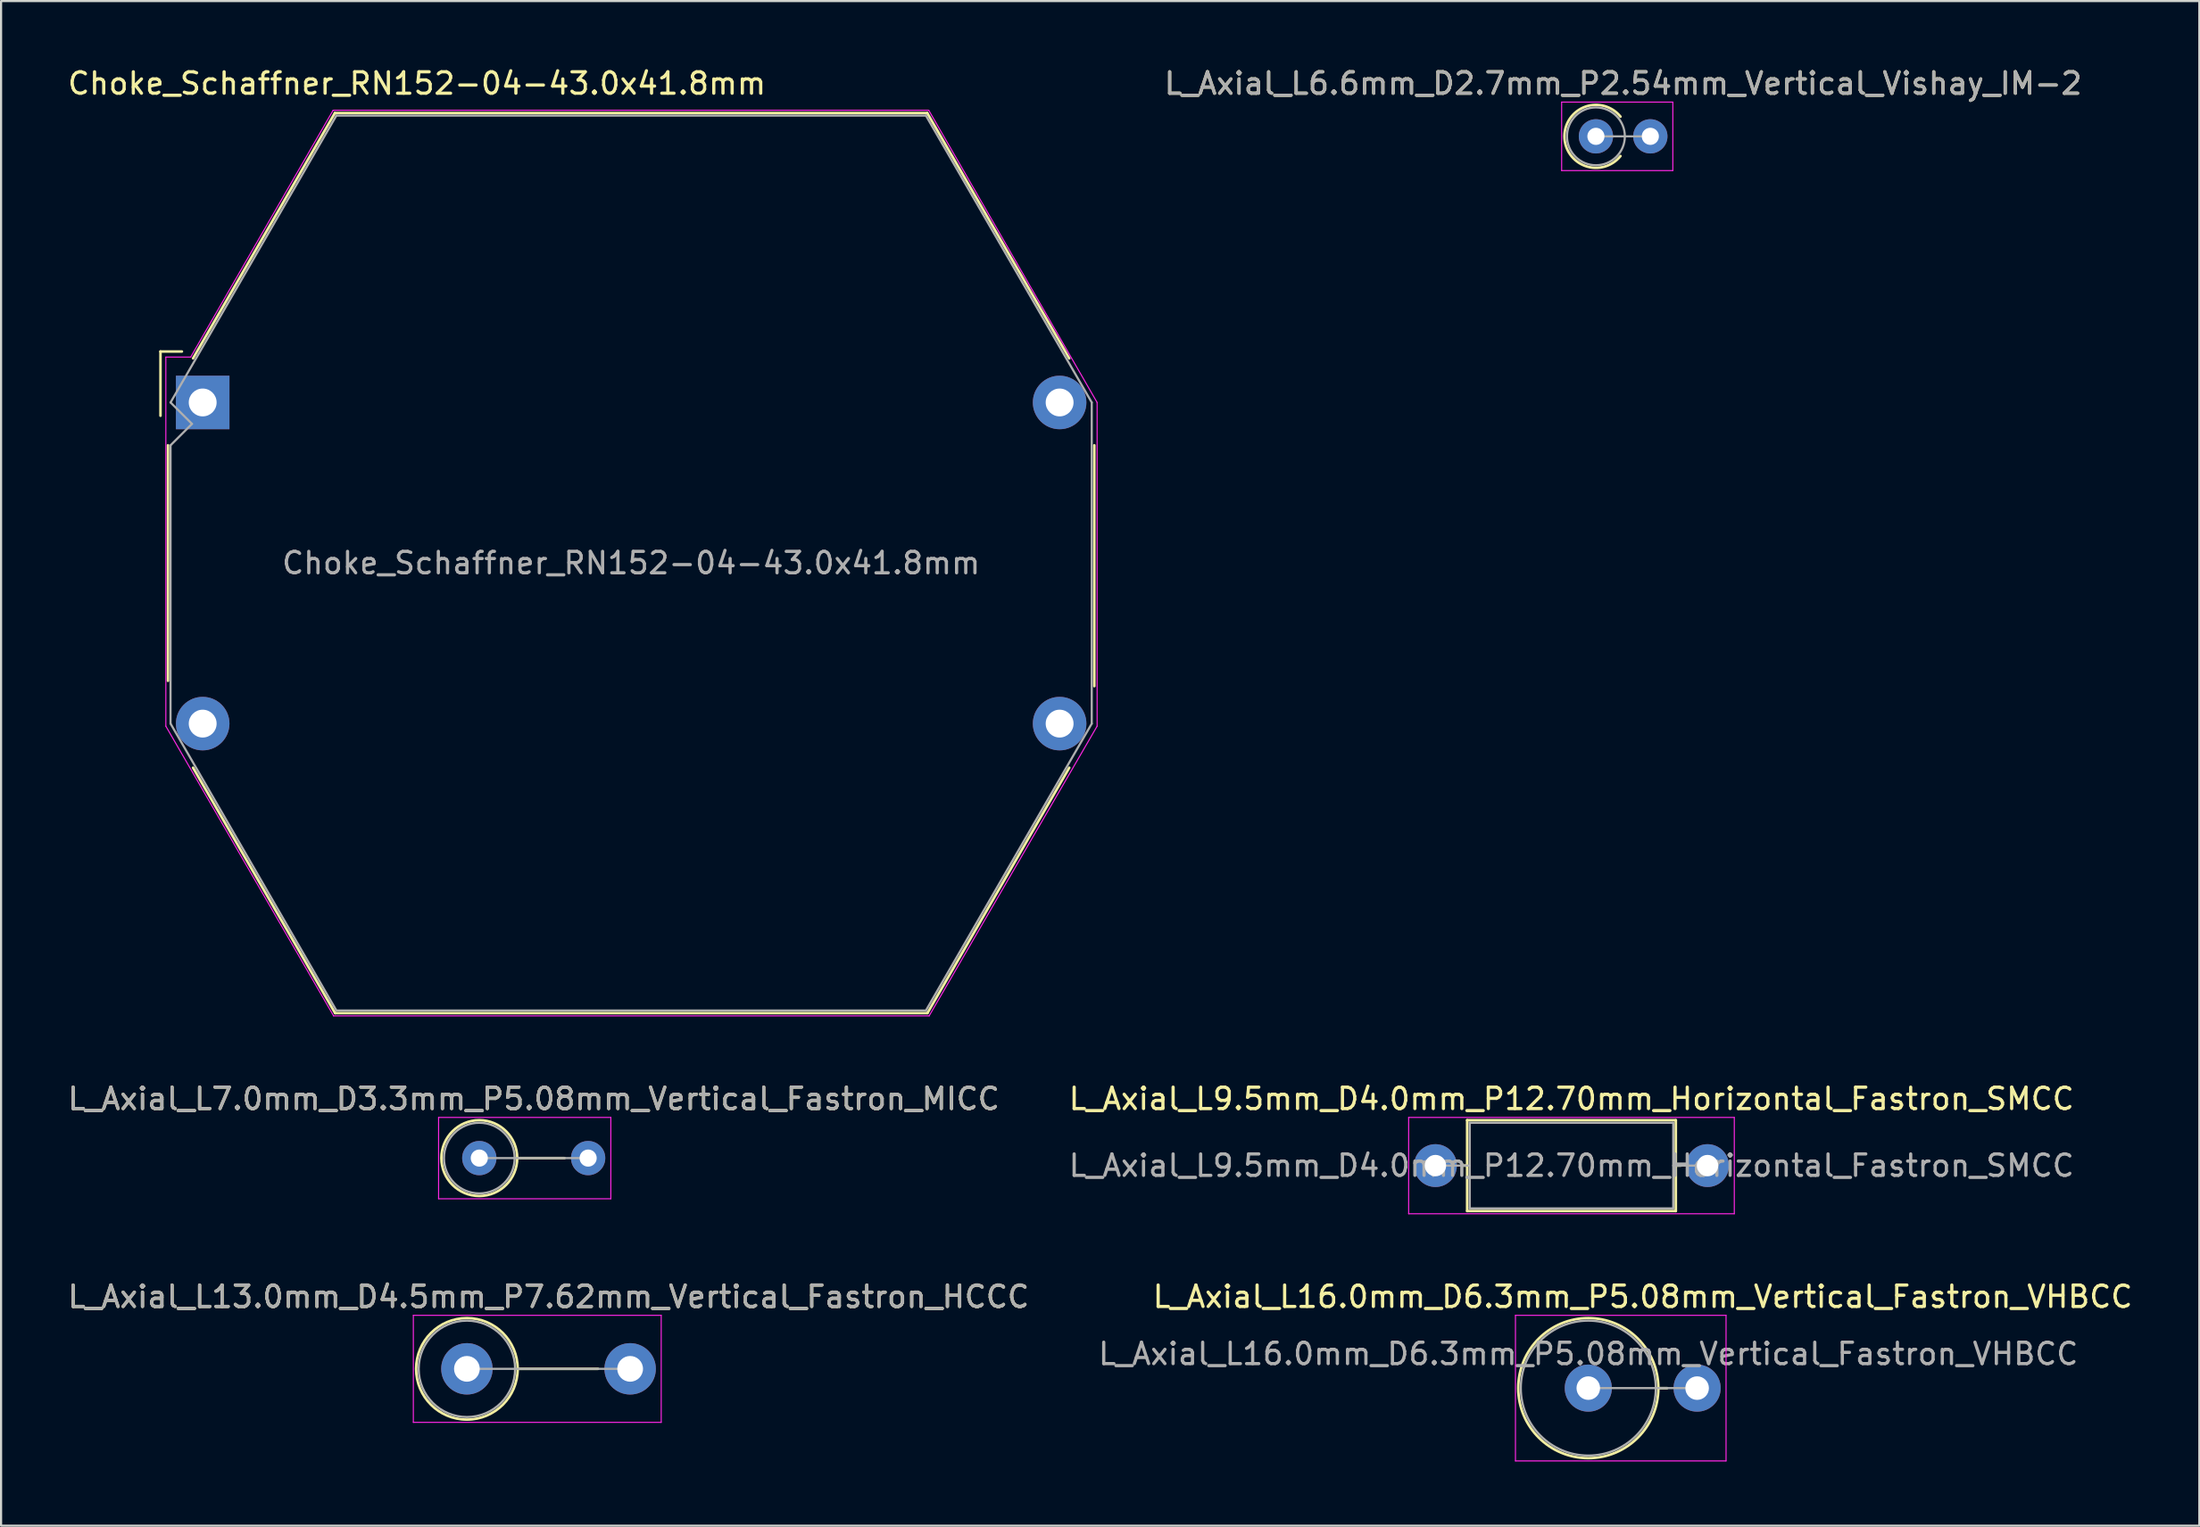
<source format=kicad_pcb>
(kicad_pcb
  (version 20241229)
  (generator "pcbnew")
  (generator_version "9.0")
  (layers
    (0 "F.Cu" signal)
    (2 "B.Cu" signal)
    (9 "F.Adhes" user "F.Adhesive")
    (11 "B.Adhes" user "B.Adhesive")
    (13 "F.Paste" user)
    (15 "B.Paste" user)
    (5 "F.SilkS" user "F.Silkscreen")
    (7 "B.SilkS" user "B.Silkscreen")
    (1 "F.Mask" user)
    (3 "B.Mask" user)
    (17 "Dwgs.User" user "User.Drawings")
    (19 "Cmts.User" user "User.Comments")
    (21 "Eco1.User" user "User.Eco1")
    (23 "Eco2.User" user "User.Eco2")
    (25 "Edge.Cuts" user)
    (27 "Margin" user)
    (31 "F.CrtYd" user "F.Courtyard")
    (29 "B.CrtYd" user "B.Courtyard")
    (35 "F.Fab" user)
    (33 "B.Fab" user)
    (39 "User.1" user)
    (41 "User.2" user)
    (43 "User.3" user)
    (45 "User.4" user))
  (footprint "L_Axial_L13.0mm_D4.5mm_P7.62mm_Vertical_Fastron_HCCC"
    (layer "F.Cu")
    (at 18.744 60.885)
    (property "Reference" "L_Axial_L13.0mm_D4.5mm_P7.62mm_Vertical_Fastron_HCCC" (at 3.81 -3.37 0) (layer "F.SilkS") (effects (font (size 1 1) (thickness 0.15))))
    (attr through_hole)
    (fp_line (start 2.37 0) (end 6.12 0) (stroke (width 0.12) (type solid)) (layer "F.SilkS"))
    (fp_circle (center 0 0) (end 2.37 0) (stroke (width 0.12) (type solid)) (fill no) (layer "F.SilkS"))
    (fp_line (start -2.5 -2.5) (end -2.5 2.5) (stroke (width 0.05) (type solid)) (layer "F.CrtYd"))
    (fp_line (start -2.5 2.5) (end 9.07 2.5) (stroke (width 0.05) (type solid)) (layer "F.CrtYd"))
    (fp_line (start 9.07 -2.5) (end -2.5 -2.5) (stroke (width 0.05) (type solid)) (layer "F.CrtYd"))
    (fp_line (start 9.07 2.5) (end 9.07 -2.5) (stroke (width 0.05) (type solid)) (layer "F.CrtYd"))
    (fp_line (start 0 0) (end 7.62 0) (stroke (width 0.1) (type solid)) (layer "F.Fab"))
    (fp_circle (center 0 0) (end 2.25 0) (stroke (width 0.1) (type solid)) (fill no) (layer "F.Fab"))
    (fp_text user "${REFERENCE}" (at 3.81 -3.37 0) (layer "F.Fab") (effects (font (size 1 1) (thickness 0.15))))
    (pad "1" thru_hole circle (at 0 0) (size 2.4 2.4) (drill 1.2) (layers "*.Cu" "*.Mask"))
    (pad "2" thru_hole oval (at 7.62 0) (size 2.4 2.4) (drill 1.2) (layers "*.Cu" "*.Mask")))
  (footprint "Choke_Schaffner_RN152-04-43.0x41.8mm"
    (layer "F.Cu")
    (at 6.411 15.748)
    (property "Reference" "Choke_Schaffner_RN152-04-43.0x41.8mm" (at 10 -14.9 0) (layer "F.SilkS") (effects (font (size 1 1) (thickness 0.15))))
    (attr through_hole)
    (fp_line (start -1.97 -2.38) (end -1.97 0.62) (stroke (width 0.12) (type solid)) (layer "F.SilkS"))
    (fp_line (start -1.97 -2.38) (end -0.97 -2.38) (stroke (width 0.12) (type solid)) (layer "F.SilkS"))
    (fp_line (start -1.62 13) (end -1.62 2) (stroke (width 0.12) (type solid)) (layer "F.SilkS"))
    (fp_line (start -0.45 -2.06) (end 6.17 -13.52) (stroke (width 0.12) (type solid)) (layer "F.SilkS"))
    (fp_line (start 6.17 -13.52) (end 33.82 -13.52) (stroke (width 0.12) (type solid)) (layer "F.SilkS"))
    (fp_line (start 6.18 28.52) (end -0.45 17.06) (stroke (width 0.12) (type solid)) (layer "F.SilkS"))
    (fp_line (start 33.82 -13.52) (end 40.45 -2.06) (stroke (width 0.12) (type solid)) (layer "F.SilkS"))
    (fp_line (start 33.83 28.52) (end 6.18 28.52) (stroke (width 0.12) (type solid)) (layer "F.SilkS"))
    (fp_line (start 40.45 17.06) (end 33.83 28.52) (stroke (width 0.12) (type solid)) (layer "F.SilkS"))
    (fp_line (start 41.62 2) (end 41.62 13.25) (stroke (width 0.12) (type solid)) (layer "F.SilkS"))
    (fp_line (start -1.72 -2.12) (end -0.56 -2.12) (stroke (width 0.05) (type solid)) (layer "F.CrtYd"))
    (fp_line (start -1.72 15.12) (end -1.72 -2.12) (stroke (width 0.05) (type solid)) (layer "F.CrtYd"))
    (fp_line (start -0.56 -2.12) (end 6.09 -13.65) (stroke (width 0.05) (type solid)) (layer "F.CrtYd"))
    (fp_line (start 6.09 -13.65) (end 33.89 -13.65) (stroke (width 0.05) (type solid)) (layer "F.CrtYd"))
    (fp_line (start 6.11 28.65) (end -1.72 15.12) (stroke (width 0.05) (type solid)) (layer "F.CrtYd"))
    (fp_line (start 33.89 -13.65) (end 41.75 0) (stroke (width 0.05) (type solid)) (layer "F.CrtYd"))
    (fp_line (start 33.91 28.65) (end 6.11 28.65) (stroke (width 0.05) (type solid)) (layer "F.CrtYd"))
    (fp_line (start 41.75 0) (end 41.75 15.12) (stroke (width 0.05) (type solid)) (layer "F.CrtYd"))
    (fp_line (start 41.75 15.12) (end 33.91 28.65) (stroke (width 0.05) (type solid)) (layer "F.CrtYd"))
    (fp_line (start -1.5 0) (end 6.24 -13.4) (stroke (width 0.1) (type solid)) (layer "F.Fab"))
    (fp_line (start -1.5 2) (end -0.5 1) (stroke (width 0.1) (type solid)) (layer "F.Fab"))
    (fp_line (start -1.5 15) (end -1.5 2) (stroke (width 0.1) (type solid)) (layer "F.Fab"))
    (fp_line (start -0.5 1) (end -1.5 0) (stroke (width 0.1) (type solid)) (layer "F.Fab"))
    (fp_line (start 6.24 -13.4) (end 33.76 -13.4) (stroke (width 0.1) (type solid)) (layer "F.Fab"))
    (fp_line (start 6.24 28.4) (end -1.5 15) (stroke (width 0.1) (type solid)) (layer "F.Fab"))
    (fp_line (start 33.76 -13.4) (end 41.5 0) (stroke (width 0.1) (type solid)) (layer "F.Fab"))
    (fp_line (start 33.76 28.4) (end 6.24 28.4) (stroke (width 0.1) (type solid)) (layer "F.Fab"))
    (fp_line (start 41.5 0) (end 41.5 15) (stroke (width 0.1) (type solid)) (layer "F.Fab"))
    (fp_line (start 41.5 15) (end 33.76 28.4) (stroke (width 0.1) (type solid)) (layer "F.Fab"))
    (fp_text user "${REFERENCE}" (at 20 7.5 0) (layer "F.Fab") (effects (font (size 1 1) (thickness 0.15))))
    (pad "1" thru_hole rect (at 0 0) (size 2.5 2.5) (drill 1.3) (layers "*.Cu" "*.Mask"))
    (pad "2" thru_hole circle (at 40 0) (size 2.5 2.5) (drill 1.3) (layers "*.Cu" "*.Mask"))
    (pad "3" thru_hole circle (at 0 15) (size 2.5 2.5) (drill 1.3) (layers "*.Cu" "*.Mask"))
    (pad "4" thru_hole circle (at 40 15) (size 2.5 2.5) (drill 1.3) (layers "*.Cu" "*.Mask")))
  (footprint "L_Axial_L16.0mm_D6.3mm_P5.08mm_Vertical_Fastron_VHBCC"
    (layer "F.Cu")
    (at 71.089 61.785)
    (property "Reference" "L_Axial_L16.0mm_D6.3mm_P5.08mm_Vertical_Fastron_VHBCC" (at 2.54 -4.27 0) (layer "F.SilkS") (effects (font (size 1 1) (thickness 0.15))))
    (attr through_hole)
    (fp_line (start 3.27 0) (end 3.68 0) (stroke (width 0.12) (type solid)) (layer "F.SilkS"))
    (fp_circle (center 0 0) (end 3.27 0) (stroke (width 0.12) (type solid)) (fill no) (layer "F.SilkS"))
    (fp_line (start -3.4 -3.4) (end -3.4 3.4) (stroke (width 0.05) (type solid)) (layer "F.CrtYd"))
    (fp_line (start -3.4 3.4) (end 6.43 3.4) (stroke (width 0.05) (type solid)) (layer "F.CrtYd"))
    (fp_line (start 6.43 -3.4) (end -3.4 -3.4) (stroke (width 0.05) (type solid)) (layer "F.CrtYd"))
    (fp_line (start 6.43 3.4) (end 6.43 -3.4) (stroke (width 0.05) (type solid)) (layer "F.CrtYd"))
    (fp_line (start 0 0) (end 5.08 0) (stroke (width 0.1) (type solid)) (layer "F.Fab"))
    (fp_circle (center 0 0) (end 3.15 0) (stroke (width 0.1) (type solid)) (fill no) (layer "F.Fab"))
    (fp_text user "${REFERENCE}" (at 0 -1.6 0) (layer "F.Fab") (effects (font (size 1 1) (thickness 0.15))))
    (pad "1" thru_hole circle (at 0 0) (size 2.2 2.2) (drill 1.1) (layers "*.Cu" "*.Mask"))
    (pad "2" thru_hole oval (at 5.08 0) (size 2.2 2.2) (drill 1.1) (layers "*.Cu" "*.Mask")))
  (footprint "L_Axial_L9.5mm_D4.0mm_P12.70mm_Horizontal_Fastron_SMCC"
    (layer "F.Cu")
    (at 63.954 51.392)
    (property "Reference" "L_Axial_L9.5mm_D4.0mm_P12.70mm_Horizontal_Fastron_SMCC" (at 6.35 -3.12 0) (layer "F.SilkS") (effects (font (size 1 1) (thickness 0.15))))
    (attr through_hole)
    (fp_line (start 1.24 0) (end 1.48 0) (stroke (width 0.12) (type solid)) (layer "F.SilkS"))
    (fp_line (start 1.48 -2.12) (end 1.48 2.12) (stroke (width 0.12) (type solid)) (layer "F.SilkS"))
    (fp_line (start 1.48 2.12) (end 11.22 2.12) (stroke (width 0.12) (type solid)) (layer "F.SilkS"))
    (fp_line (start 11.22 -2.12) (end 1.48 -2.12) (stroke (width 0.12) (type solid)) (layer "F.SilkS"))
    (fp_line (start 11.22 2.12) (end 11.22 -2.12) (stroke (width 0.12) (type solid)) (layer "F.SilkS"))
    (fp_line (start 11.46 0) (end 11.22 0) (stroke (width 0.12) (type solid)) (layer "F.SilkS"))
    (fp_line (start -1.25 -2.25) (end -1.25 2.25) (stroke (width 0.05) (type solid)) (layer "F.CrtYd"))
    (fp_line (start -1.25 2.25) (end 13.95 2.25) (stroke (width 0.05) (type solid)) (layer "F.CrtYd"))
    (fp_line (start 13.95 -2.25) (end -1.25 -2.25) (stroke (width 0.05) (type solid)) (layer "F.CrtYd"))
    (fp_line (start 13.95 2.25) (end 13.95 -2.25) (stroke (width 0.05) (type solid)) (layer "F.CrtYd"))
    (fp_line (start 0 0) (end 1.6 0) (stroke (width 0.1) (type solid)) (layer "F.Fab"))
    (fp_line (start 1.6 -2) (end 1.6 2) (stroke (width 0.1) (type solid)) (layer "F.Fab"))
    (fp_line (start 1.6 2) (end 11.1 2) (stroke (width 0.1) (type solid)) (layer "F.Fab"))
    (fp_line (start 11.1 -2) (end 1.6 -2) (stroke (width 0.1) (type solid)) (layer "F.Fab"))
    (fp_line (start 11.1 2) (end 11.1 -2) (stroke (width 0.1) (type solid)) (layer "F.Fab"))
    (fp_line (start 12.7 0) (end 11.1 0) (stroke (width 0.1) (type solid)) (layer "F.Fab"))
    (fp_text user "${REFERENCE}" (at 6.35 0 0) (layer "F.Fab") (effects (font (size 1 1) (thickness 0.15))))
    (pad "1" thru_hole circle (at 0 0) (size 2 2) (drill 1) (layers "*.Cu" "*.Mask"))
    (pad "2" thru_hole oval (at 12.7 0) (size 2 2) (drill 1) (layers "*.Cu" "*.Mask")))
  (footprint "L_Axial_L7.0mm_D3.3mm_P5.08mm_Vertical_Fastron_MICC"
    (layer "F.Cu")
    (at 19.323 51.041)
    (property "Reference" "L_Axial_L7.0mm_D3.3mm_P5.08mm_Vertical_Fastron_MICC" (at 2.54 -2.77 0) (layer "F.SilkS") (effects (font (size 1 1) (thickness 0.15))))
    (attr through_hole)
    (fp_line (start 1.77 0) (end 3.98 0) (stroke (width 0.12) (type solid)) (layer "F.SilkS"))
    (fp_circle (center 0 0) (end 1.77 0) (stroke (width 0.12) (type solid)) (fill no) (layer "F.SilkS"))
    (fp_line (start -1.9 -1.9) (end -1.9 1.9) (stroke (width 0.05) (type solid)) (layer "F.CrtYd"))
    (fp_line (start -1.9 1.9) (end 6.14 1.9) (stroke (width 0.05) (type solid)) (layer "F.CrtYd"))
    (fp_line (start 6.14 -1.9) (end -1.9 -1.9) (stroke (width 0.05) (type solid)) (layer "F.CrtYd"))
    (fp_line (start 6.14 1.9) (end 6.14 -1.9) (stroke (width 0.05) (type solid)) (layer "F.CrtYd"))
    (fp_line (start 0 0) (end 5.08 0) (stroke (width 0.1) (type solid)) (layer "F.Fab"))
    (fp_circle (center 0 0) (end 1.65 0) (stroke (width 0.1) (type solid)) (fill no) (layer "F.Fab"))
    (fp_text user "${REFERENCE}" (at 2.54 -2.77 0) (layer "F.Fab") (effects (font (size 1 1) (thickness 0.15))))
    (pad "1" thru_hole circle (at 0 0) (size 1.6 1.6) (drill 0.8) (layers "*.Cu" "*.Mask"))
    (pad "2" thru_hole oval (at 5.08 0) (size 1.6 1.6) (drill 0.8) (layers "*.Cu" "*.Mask")))
  (footprint "L_Axial_L6.6mm_D2.7mm_P2.54mm_Vertical_Vishay_IM-2"
    (layer "F.Cu")
    (at 71.445 3.318)
    (property "Reference" "L_Axial_L6.6mm_D2.7mm_P2.54mm_Vertical_Vishay_IM-2" (at 1.27 -2.47 0) (layer "F.SilkS") (effects (font (size 1 1) (thickness 0.15))))
    (attr through_hole)
    (fp_arc (start 1.146516 0.92) (mid -1.47 0) (end 1.146516 -0.92) (stroke (width 0.12) (type solid)) (layer "F.SilkS"))
    (fp_line (start -1.6 -1.6) (end -1.6 1.6) (stroke (width 0.05) (type solid)) (layer "F.CrtYd"))
    (fp_line (start -1.6 1.6) (end 3.59 1.6) (stroke (width 0.05) (type solid)) (layer "F.CrtYd"))
    (fp_line (start 3.59 -1.6) (end -1.6 -1.6) (stroke (width 0.05) (type solid)) (layer "F.CrtYd"))
    (fp_line (start 3.59 1.6) (end 3.59 -1.6) (stroke (width 0.05) (type solid)) (layer "F.CrtYd"))
    (fp_line (start 0 0) (end 2.54 0) (stroke (width 0.1) (type solid)) (layer "F.Fab"))
    (fp_circle (center 0 0) (end 1.35 0) (stroke (width 0.1) (type solid)) (fill no) (layer "F.Fab"))
    (fp_text user "${REFERENCE}" (at 1.27 -2.47 0) (layer "F.Fab") (effects (font (size 1 1) (thickness 0.15))))
    (pad "1" thru_hole circle (at 0 0) (size 1.6 1.6) (drill 0.8) (layers "*.Cu" "*.Mask"))
    (pad "2" thru_hole oval (at 2.54 0) (size 1.6 1.6) (drill 0.8) (layers "*.Cu" "*.Mask")))
  (gr_rect
    (start -3 -3)
    (end 99.611 68.21)
    (stroke (width 0.1) (type default))
    (fill no)
    (layer "Edge.Cuts")))
</source>
